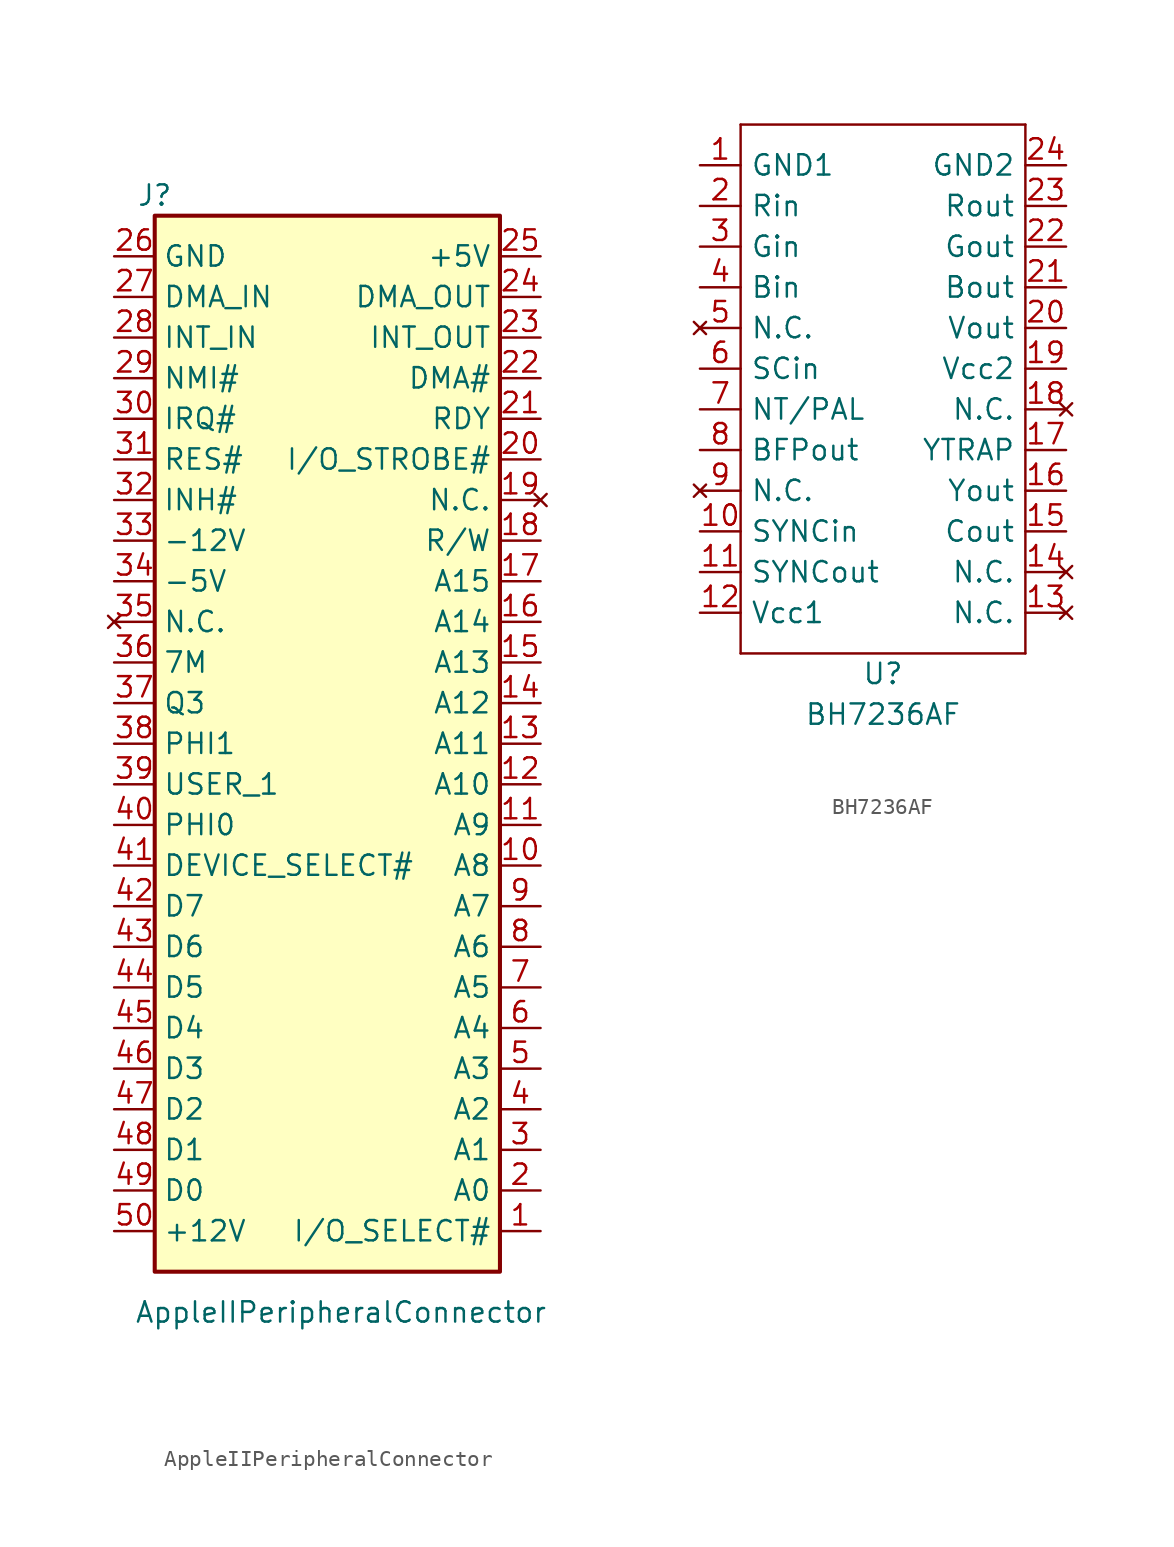
<source format=kicad_sym>
(kicad_symbol_lib
  (version 20211014)
  (generator kicad_symbol_editor)
  (symbol "AppleIIPeripheralConnector"
    (property "Reference" "J"
      (at -7.62 24.13 0)
      (effects (font (size 1.27 1.27))))
    (property "Value" "AppleIIPeripheralConnector"
      (at -8.89 -45.72 0)
      (effects (font (size 1.27 1.27)) (justify left)))
    (symbol "AppleIIPeripheralConnector_1_1"
      (rectangle (start -7.62 22.86) (end 13.97 -43.18) (stroke (width 0.254) (type default) (color 0 0 0 0)) (fill (type background)))
      (pin input line (at 16.51 -40.64 180) (length 2.54) (name "I/O_SELECT#" (effects (font (size 1.27 1.27)))) (number "1" (effects (font (size 1.27 1.27)))))
      (pin input line (at 16.51 -17.78 180) (length 2.54) (name "A8" (effects (font (size 1.27 1.27)))) (number "10" (effects (font (size 1.27 1.27)))))
      (pin input line (at 16.51 -15.24 180) (length 2.54) (name "A9" (effects (font (size 1.27 1.27)))) (number "11" (effects (font (size 1.27 1.27)))))
      (pin input line (at 16.51 -12.7 180) (length 2.54) (name "A10" (effects (font (size 1.27 1.27)))) (number "12" (effects (font (size 1.27 1.27)))))
      (pin input line (at 16.51 -10.16 180) (length 2.54) (name "A11" (effects (font (size 1.27 1.27)))) (number "13" (effects (font (size 1.27 1.27)))))
      (pin input line (at 16.51 -7.62 180) (length 2.54) (name "A12" (effects (font (size 1.27 1.27)))) (number "14" (effects (font (size 1.27 1.27)))))
      (pin input line (at 16.51 -5.08 180) (length 2.54) (name "A13" (effects (font (size 1.27 1.27)))) (number "15" (effects (font (size 1.27 1.27)))))
      (pin input line (at 16.51 -2.54 180) (length 2.54) (name "A14" (effects (font (size 1.27 1.27)))) (number "16" (effects (font (size 1.27 1.27)))))
      (pin input line (at 16.51 0 180) (length 2.54) (name "A15" (effects (font (size 1.27 1.27)))) (number "17" (effects (font (size 1.27 1.27)))))
      (pin input line (at 16.51 2.54 180) (length 2.54) (name "R/W" (effects (font (size 1.27 1.27)))) (number "18" (effects (font (size 1.27 1.27)))))
      (pin no_connect line (at 16.51 5.08 180) (length 2.54) (name "N.C." (effects (font (size 1.27 1.27)))) (number "19" (effects (font (size 1.27 1.27)))))
      (pin input line (at 16.51 -38.1 180) (length 2.54) (name "A0" (effects (font (size 1.27 1.27)))) (number "2" (effects (font (size 1.27 1.27)))))
      (pin input line (at 16.51 7.62 180) (length 2.54) (name "I/O_STROBE#" (effects (font (size 1.27 1.27)))) (number "20" (effects (font (size 1.27 1.27)))))
      (pin open_collector line (at 16.51 10.16 180) (length 2.54) (name "RDY" (effects (font (size 1.27 1.27)))) (number "21" (effects (font (size 1.27 1.27)))))
      (pin open_collector line (at 16.51 12.7 180) (length 2.54) (name "DMA#" (effects (font (size 1.27 1.27)))) (number "22" (effects (font (size 1.27 1.27)))))
      (pin output line (at 16.51 15.24 180) (length 2.54) (name "INT_OUT" (effects (font (size 1.27 1.27)))) (number "23" (effects (font (size 1.27 1.27)))))
      (pin output line (at 16.51 17.78 180) (length 2.54) (name "DMA_OUT" (effects (font (size 1.27 1.27)))) (number "24" (effects (font (size 1.27 1.27)))))
      (pin power_in line (at 16.51 20.32 180) (length 2.54) (name "+5V" (effects (font (size 1.27 1.27)))) (number "25" (effects (font (size 1.27 1.27)))))
      (pin power_in line (at -10.16 20.32 0) (length 2.54) (name "GND" (effects (font (size 1.27 1.27)))) (number "26" (effects (font (size 1.27 1.27)))))
      (pin input line (at -10.16 17.78 0) (length 2.54) (name "DMA_IN" (effects (font (size 1.27 1.27)))) (number "27" (effects (font (size 1.27 1.27)))))
      (pin input line (at -10.16 15.24 0) (length 2.54) (name "INT_IN" (effects (font (size 1.27 1.27)))) (number "28" (effects (font (size 1.27 1.27)))))
      (pin open_collector line (at -10.16 12.7 0) (length 2.54) (name "NMI#" (effects (font (size 1.27 1.27)))) (number "29" (effects (font (size 1.27 1.27)))))
      (pin input line (at 16.51 -35.56 180) (length 2.54) (name "A1" (effects (font (size 1.27 1.27)))) (number "3" (effects (font (size 1.27 1.27)))))
      (pin open_collector line (at -10.16 10.16 0) (length 2.54) (name "IRQ#" (effects (font (size 1.27 1.27)))) (number "30" (effects (font (size 1.27 1.27)))))
      (pin input line (at -10.16 7.62 0) (length 2.54) (name "RES#" (effects (font (size 1.27 1.27)))) (number "31" (effects (font (size 1.27 1.27)))))
      (pin open_collector line (at -10.16 5.08 0) (length 2.54) (name "INH#" (effects (font (size 1.27 1.27)))) (number "32" (effects (font (size 1.27 1.27)))))
      (pin power_in line (at -10.16 2.54 0) (length 2.54) (name "-12V" (effects (font (size 1.27 1.27)))) (number "33" (effects (font (size 1.27 1.27)))))
      (pin power_in line (at -10.16 0 0) (length 2.54) (name "-5V" (effects (font (size 1.27 1.27)))) (number "34" (effects (font (size 1.27 1.27)))))
      (pin no_connect line (at -10.16 -2.54 0) (length 2.54) (name "N.C." (effects (font (size 1.27 1.27)))) (number "35" (effects (font (size 1.27 1.27)))))
      (pin input line (at -10.16 -5.08 0) (length 2.54) (name "7M" (effects (font (size 1.27 1.27)))) (number "36" (effects (font (size 1.27 1.27)))))
      (pin input line (at -10.16 -7.62 0) (length 2.54) (name "Q3" (effects (font (size 1.27 1.27)))) (number "37" (effects (font (size 1.27 1.27)))))
      (pin input line (at -10.16 -10.16 0) (length 2.54) (name "PHI1" (effects (font (size 1.27 1.27)))) (number "38" (effects (font (size 1.27 1.27)))))
      (pin bidirectional line (at -10.16 -12.7 0) (length 2.54) (name "USER_1" (effects (font (size 1.27 1.27)))) (number "39" (effects (font (size 1.27 1.27)))))
      (pin input line (at 16.51 -33.02 180) (length 2.54) (name "A2" (effects (font (size 1.27 1.27)))) (number "4" (effects (font (size 1.27 1.27)))))
      (pin input line (at -10.16 -15.24 0) (length 2.54) (name "PHI0" (effects (font (size 1.27 1.27)))) (number "40" (effects (font (size 1.27 1.27)))))
      (pin input line (at -10.16 -17.78 0) (length 2.54) (name "DEVICE_SELECT#" (effects (font (size 1.27 1.27)))) (number "41" (effects (font (size 1.27 1.27)))))
      (pin bidirectional line (at -10.16 -20.32 0) (length 2.54) (name "D7" (effects (font (size 1.27 1.27)))) (number "42" (effects (font (size 1.27 1.27)))))
      (pin bidirectional line (at -10.16 -22.86 0) (length 2.54) (name "D6" (effects (font (size 1.27 1.27)))) (number "43" (effects (font (size 1.27 1.27)))))
      (pin bidirectional line (at -10.16 -25.4 0) (length 2.54) (name "D5" (effects (font (size 1.27 1.27)))) (number "44" (effects (font (size 1.27 1.27)))))
      (pin bidirectional line (at -10.16 -27.94 0) (length 2.54) (name "D4" (effects (font (size 1.27 1.27)))) (number "45" (effects (font (size 1.27 1.27)))))
      (pin bidirectional line (at -10.16 -30.48 0) (length 2.54) (name "D3" (effects (font (size 1.27 1.27)))) (number "46" (effects (font (size 1.27 1.27)))))
      (pin bidirectional line (at -10.16 -33.02 0) (length 2.54) (name "D2" (effects (font (size 1.27 1.27)))) (number "47" (effects (font (size 1.27 1.27)))))
      (pin bidirectional line (at -10.16 -35.56 0) (length 2.54) (name "D1" (effects (font (size 1.27 1.27)))) (number "48" (effects (font (size 1.27 1.27)))))
      (pin bidirectional line (at -10.16 -38.1 0) (length 2.54) (name "D0" (effects (font (size 1.27 1.27)))) (number "49" (effects (font (size 1.27 1.27)))))
      (pin input line (at 16.51 -30.48 180) (length 2.54) (name "A3" (effects (font (size 1.27 1.27)))) (number "5" (effects (font (size 1.27 1.27)))))
      (pin power_in line (at -10.16 -40.64 0) (length 2.54) (name "+12V" (effects (font (size 1.27 1.27)))) (number "50" (effects (font (size 1.27 1.27)))))
      (pin input line (at 16.51 -27.94 180) (length 2.54) (name "A4" (effects (font (size 1.27 1.27)))) (number "6" (effects (font (size 1.27 1.27)))))
      (pin input line (at 16.51 -25.4 180) (length 2.54) (name "A5" (effects (font (size 1.27 1.27)))) (number "7" (effects (font (size 1.27 1.27)))))
      (pin input line (at 16.51 -22.86 180) (length 2.54) (name "A6" (effects (font (size 1.27 1.27)))) (number "8" (effects (font (size 1.27 1.27)))))
      (pin input line (at 16.51 -20.32 180) (length 2.54) (name "A7" (effects (font (size 1.27 1.27)))) (number "9" (effects (font (size 1.27 1.27)))))))
  (symbol "BH7236AF"
    (pin_names
      (offset 0.61))
    (property "Reference" "U"
      (at 0 -19.05 0)
      (effects (font (size 1.27 1.27))))
    (property "Value" "BH7236AF"
      (at 0 -21.59 0)
      (effects (font (size 1.27 1.27))))
    (symbol "BH7236AF_0_1"
      (rectangle (start -8.89 -17.78) (end 8.89 -17.78) (stroke (width 0) (type default) (color 0 0 0 0)) (fill (type none)))
      (rectangle (start -8.89 15.24) (end -8.89 -17.78) (stroke (width 0) (type default) (color 0 0 0 0)) (fill (type none)))
      (rectangle (start -8.89 15.24) (end 8.89 15.24) (stroke (width 0) (type default) (color 0 0 0 0)) (fill (type none)))
      (rectangle (start 8.89 15.24) (end 8.89 -17.78) (stroke (width 0) (type default) (color 0 0 0 0)) (fill (type none))))
    (symbol "BH7236AF_1_1"
      (pin power_in line (at -11.43 12.7 0) (length 2.54) (name "GND1" (effects (font (size 1.27 1.27)))) (number "1" (effects (font (size 1.27 1.27)))))
      (pin input line (at -11.43 -10.16 0) (length 2.54) (name "SYNCin" (effects (font (size 1.27 1.27)))) (number "10" (effects (font (size 1.27 1.27)))))
      (pin input line (at -11.43 -12.7 0) (length 2.54) (name "SYNCout" (effects (font (size 1.27 1.27)))) (number "11" (effects (font (size 1.27 1.27)))))
      (pin power_in line (at -11.43 -15.24 0) (length 2.54) (name "Vcc1" (effects (font (size 1.27 1.27)))) (number "12" (effects (font (size 1.27 1.27)))))
      (pin no_connect line (at 11.43 -15.24 180) (length 2.54) (name "N.C." (effects (font (size 1.27 1.27)))) (number "13" (effects (font (size 1.27 1.27)))))
      (pin no_connect line (at 11.43 -12.7 180) (length 2.54) (name "N.C." (effects (font (size 1.27 1.27)))) (number "14" (effects (font (size 1.27 1.27)))))
      (pin output line (at 11.43 -10.16 180) (length 2.54) (name "Cout" (effects (font (size 1.27 1.27)))) (number "15" (effects (font (size 1.27 1.27)))))
      (pin output line (at 11.43 -7.62 180) (length 2.54) (name "Yout" (effects (font (size 1.27 1.27)))) (number "16" (effects (font (size 1.27 1.27)))))
      (pin passive line (at 11.43 -5.08 180) (length 2.54) (name "YTRAP" (effects (font (size 1.27 1.27)))) (number "17" (effects (font (size 1.27 1.27)))))
      (pin no_connect line (at 11.43 -2.54 180) (length 2.54) (name "N.C." (effects (font (size 1.27 1.27)))) (number "18" (effects (font (size 1.27 1.27)))))
      (pin power_in line (at 11.43 0 180) (length 2.54) (name "Vcc2" (effects (font (size 1.27 1.27)))) (number "19" (effects (font (size 1.27 1.27)))))
      (pin input line (at -11.43 10.16 0) (length 2.54) (name "Rin" (effects (font (size 1.27 1.27)))) (number "2" (effects (font (size 1.27 1.27)))))
      (pin output line (at 11.43 2.54 180) (length 2.54) (name "Vout" (effects (font (size 1.27 1.27)))) (number "20" (effects (font (size 1.27 1.27)))))
      (pin output line (at 11.43 5.08 180) (length 2.54) (name "Bout" (effects (font (size 1.27 1.27)))) (number "21" (effects (font (size 1.27 1.27)))))
      (pin output line (at 11.43 7.62 180) (length 2.54) (name "Gout" (effects (font (size 1.27 1.27)))) (number "22" (effects (font (size 1.27 1.27)))))
      (pin output line (at 11.43 10.16 180) (length 2.54) (name "Rout" (effects (font (size 1.27 1.27)))) (number "23" (effects (font (size 1.27 1.27)))))
      (pin power_in line (at 11.43 12.7 180) (length 2.54) (name "GND2" (effects (font (size 1.27 1.27)))) (number "24" (effects (font (size 1.27 1.27)))))
      (pin input line (at -11.43 7.62 0) (length 2.54) (name "Gin" (effects (font (size 1.27 1.27)))) (number "3" (effects (font (size 1.27 1.27)))))
      (pin input line (at -11.43 5.08 0) (length 2.54) (name "Bin" (effects (font (size 1.27 1.27)))) (number "4" (effects (font (size 1.27 1.27)))))
      (pin no_connect line (at -11.43 2.54 0) (length 2.54) (name "N.C." (effects (font (size 1.27 1.27)))) (number "5" (effects (font (size 1.27 1.27)))))
      (pin input line (at -11.43 0 0) (length 2.54) (name "SCin" (effects (font (size 1.27 1.27)))) (number "6" (effects (font (size 1.27 1.27)))))
      (pin input line (at -11.43 -2.54 0) (length 2.54) (name "NT/PAL" (effects (font (size 1.27 1.27)))) (number "7" (effects (font (size 1.27 1.27)))))
      (pin output line (at -11.43 -5.08 0) (length 2.54) (name "BFPout" (effects (font (size 1.27 1.27)))) (number "8" (effects (font (size 1.27 1.27)))))
      (pin no_connect line (at -11.43 -7.62 0) (length 2.54) (name "N.C." (effects (font (size 1.27 1.27)))) (number "9" (effects (font (size 1.27 1.27))))))))
</source>
